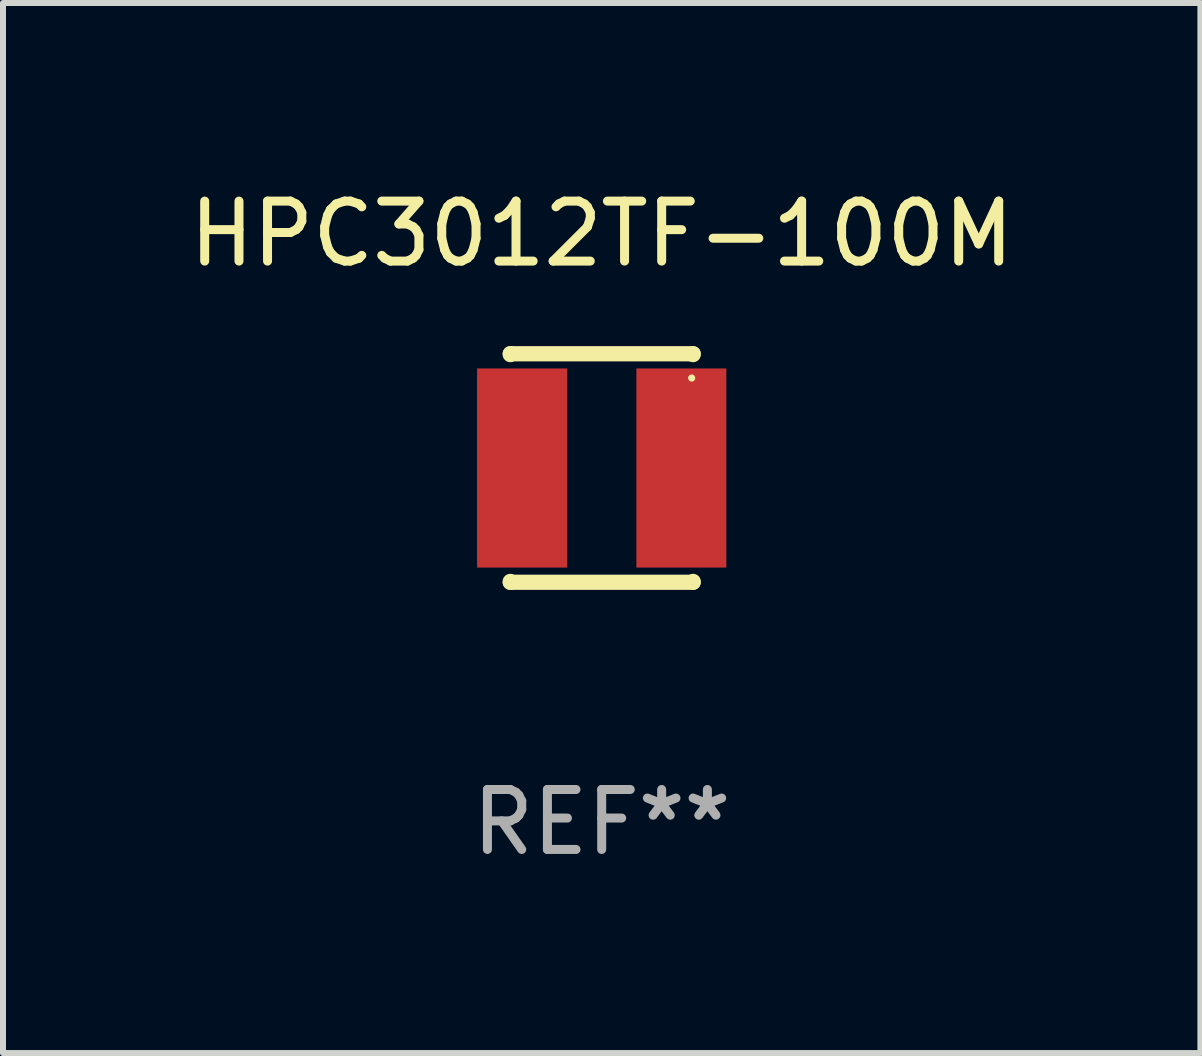
<source format=kicad_pcb>
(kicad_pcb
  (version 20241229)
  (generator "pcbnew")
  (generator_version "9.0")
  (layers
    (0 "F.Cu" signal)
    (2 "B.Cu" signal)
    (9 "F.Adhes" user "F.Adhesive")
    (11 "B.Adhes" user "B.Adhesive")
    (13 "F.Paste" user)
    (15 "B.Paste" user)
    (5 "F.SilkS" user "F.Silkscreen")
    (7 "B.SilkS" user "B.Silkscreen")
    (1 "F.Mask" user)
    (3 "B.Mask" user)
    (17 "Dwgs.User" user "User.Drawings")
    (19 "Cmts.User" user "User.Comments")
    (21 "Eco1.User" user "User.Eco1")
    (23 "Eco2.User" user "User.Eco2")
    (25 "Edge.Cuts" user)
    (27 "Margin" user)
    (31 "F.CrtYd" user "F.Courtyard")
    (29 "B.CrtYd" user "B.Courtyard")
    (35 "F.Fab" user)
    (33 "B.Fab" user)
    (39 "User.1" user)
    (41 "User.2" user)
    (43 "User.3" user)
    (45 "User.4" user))
  (footprint "HPC3012TF-100M"
    (layer "F.Cu")
    (at 6.982 4.753)
    (property "Reference" "HPC3012TF-100M" (at 0 -3.905 0) (layer "F.SilkS") (effects (font (size 1 1) (thickness 0.15))))
    (attr through_hole)
    (fp_line (start -1.524 -1.905) (end 1.524 -1.905) (stroke (width 0.254) (type solid)) (layer "F.SilkS"))
    (fp_line (start -1.524 -1.891) (end -1.524 -1.905) (stroke (width 0.254) (type solid)) (layer "F.SilkS"))
    (fp_line (start -1.524 1.905) (end -1.524 1.891) (stroke (width 0.254) (type solid)) (layer "F.SilkS"))
    (fp_line (start -1.524 1.905) (end 1.524 1.905) (stroke (width 0.254) (type solid)) (layer "F.SilkS"))
    (fp_line (start 1.524 -1.905) (end 1.524 -1.891) (stroke (width 0.254) (type solid)) (layer "F.SilkS"))
    (fp_line (start 1.524 1.891) (end 1.524 1.905) (stroke (width 0.254) (type solid)) (layer "F.SilkS"))
    (fp_circle (center 1.5 -1.5) (end 1.53 -1.5) (stroke (width 0.06) (type solid)) (fill no) (layer "F.SilkS"))
    (fp_text user "REF**" (at 0 5.905 0) (layer "F.Fab") (effects (font (size 1 1) (thickness 0.15))))
    (pad "1" smd rect (at 1.328 0) (size 1.5 3.32) (layers "F.Cu" "F.Mask" "F.Paste"))
    (pad "2" smd rect (at -1.328 0) (size 1.5 3.32) (layers "F.Cu" "F.Mask" "F.Paste")))
  (gr_rect
    (start -3 -3)
    (end 16.964 14.507)
    (stroke (width 0.1) (type default))
    (fill no)
    (layer "Edge.Cuts")))
</source>
